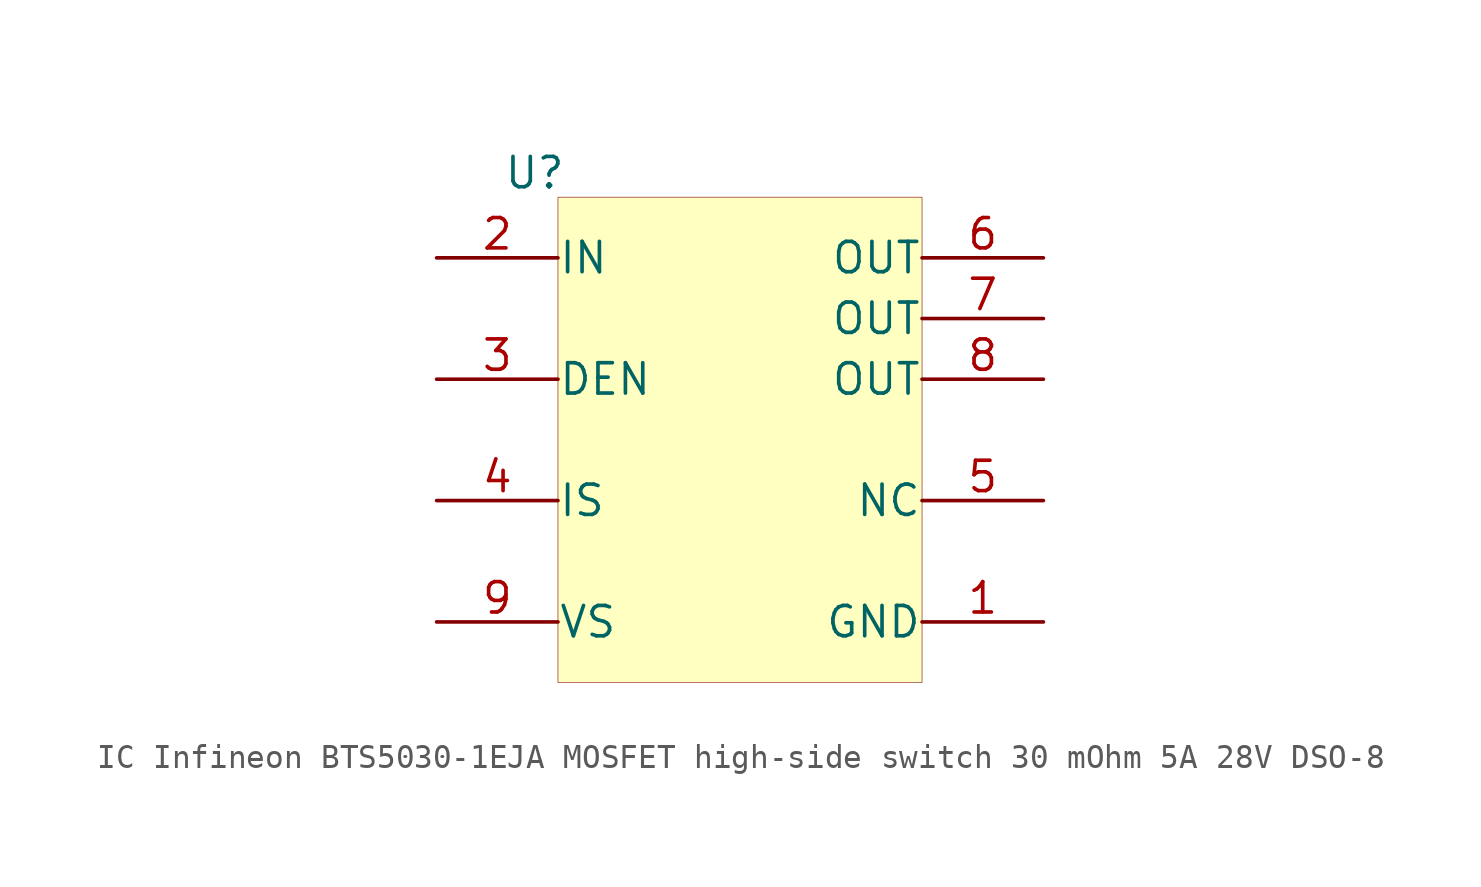
<source format=kicad_sym>
(kicad_symbol_lib
  (version 20241209)
  (generator "kicad_symbol_editor")
  (generator_version "9.0")
  (symbol "IC Infineon BTS5030-1EJA MOSFET high-side switch 30 mOhm 5A 28V DSO-8"
    (pin_names
      (offset 0.002))
    (property "Reference" "U"
      (at -9.906 11.176 0)
      (effects (font (size 1.27 1.27)) (justify left)))
    (symbol "IC Infineon BTS5030-1EJA MOSFET high-side switch 30 mOhm 5A 28V DSO-8_1_0"
      (rectangle (start 7.62 10.16) (end -7.62 -10.16) (stroke (width 0.025) (type solid) (color 128 0 0 1)) (fill (type background)))
      (pin input line (at -12.7 7.62 0) (length 5.08) (name "IN" (effects (font (size 1.27 1.27)))) (number "2" (effects (font (size 1.27 1.27)))))
      (pin input line (at -12.7 2.54 0) (length 5.08) (name "DEN" (effects (font (size 1.27 1.27)))) (number "3" (effects (font (size 1.27 1.27)))))
      (pin tri_state line (at -12.7 -2.54 0) (length 5.08) (name "IS" (effects (font (size 1.27 1.27)))) (number "4" (effects (font (size 1.27 1.27)))))
      (pin power_in line (at -12.7 -7.62 0) (length 5.08) (name "VS" (effects (font (size 1.27 1.27)))) (number "9" (effects (font (size 1.27 1.27)))))
      (pin power_out line (at 12.7 7.62 180) (length 5.08) (name "OUT" (effects (font (size 1.27 1.27)))) (number "6" (effects (font (size 1.27 1.27)))))
      (pin power_out line (at 12.7 5.08 180) (length 5.08) (name "OUT" (effects (font (size 1.27 1.27)))) (number "7" (effects (font (size 1.27 1.27)))))
      (pin power_out line (at 12.7 2.54 180) (length 5.08) (name "OUT" (effects (font (size 1.27 1.27)))) (number "8" (effects (font (size 1.27 1.27)))))
      (pin passive line (at 12.7 -2.54 180) (length 5.08) (name "NC" (effects (font (size 1.27 1.27)))) (number "5" (effects (font (size 1.27 1.27)))))
      (pin power_in line (at 12.7 -7.62 180) (length 5.08) (name "GND" (effects (font (size 1.27 1.27)))) (number "1" (effects (font (size 1.27 1.27))))))))
</source>
